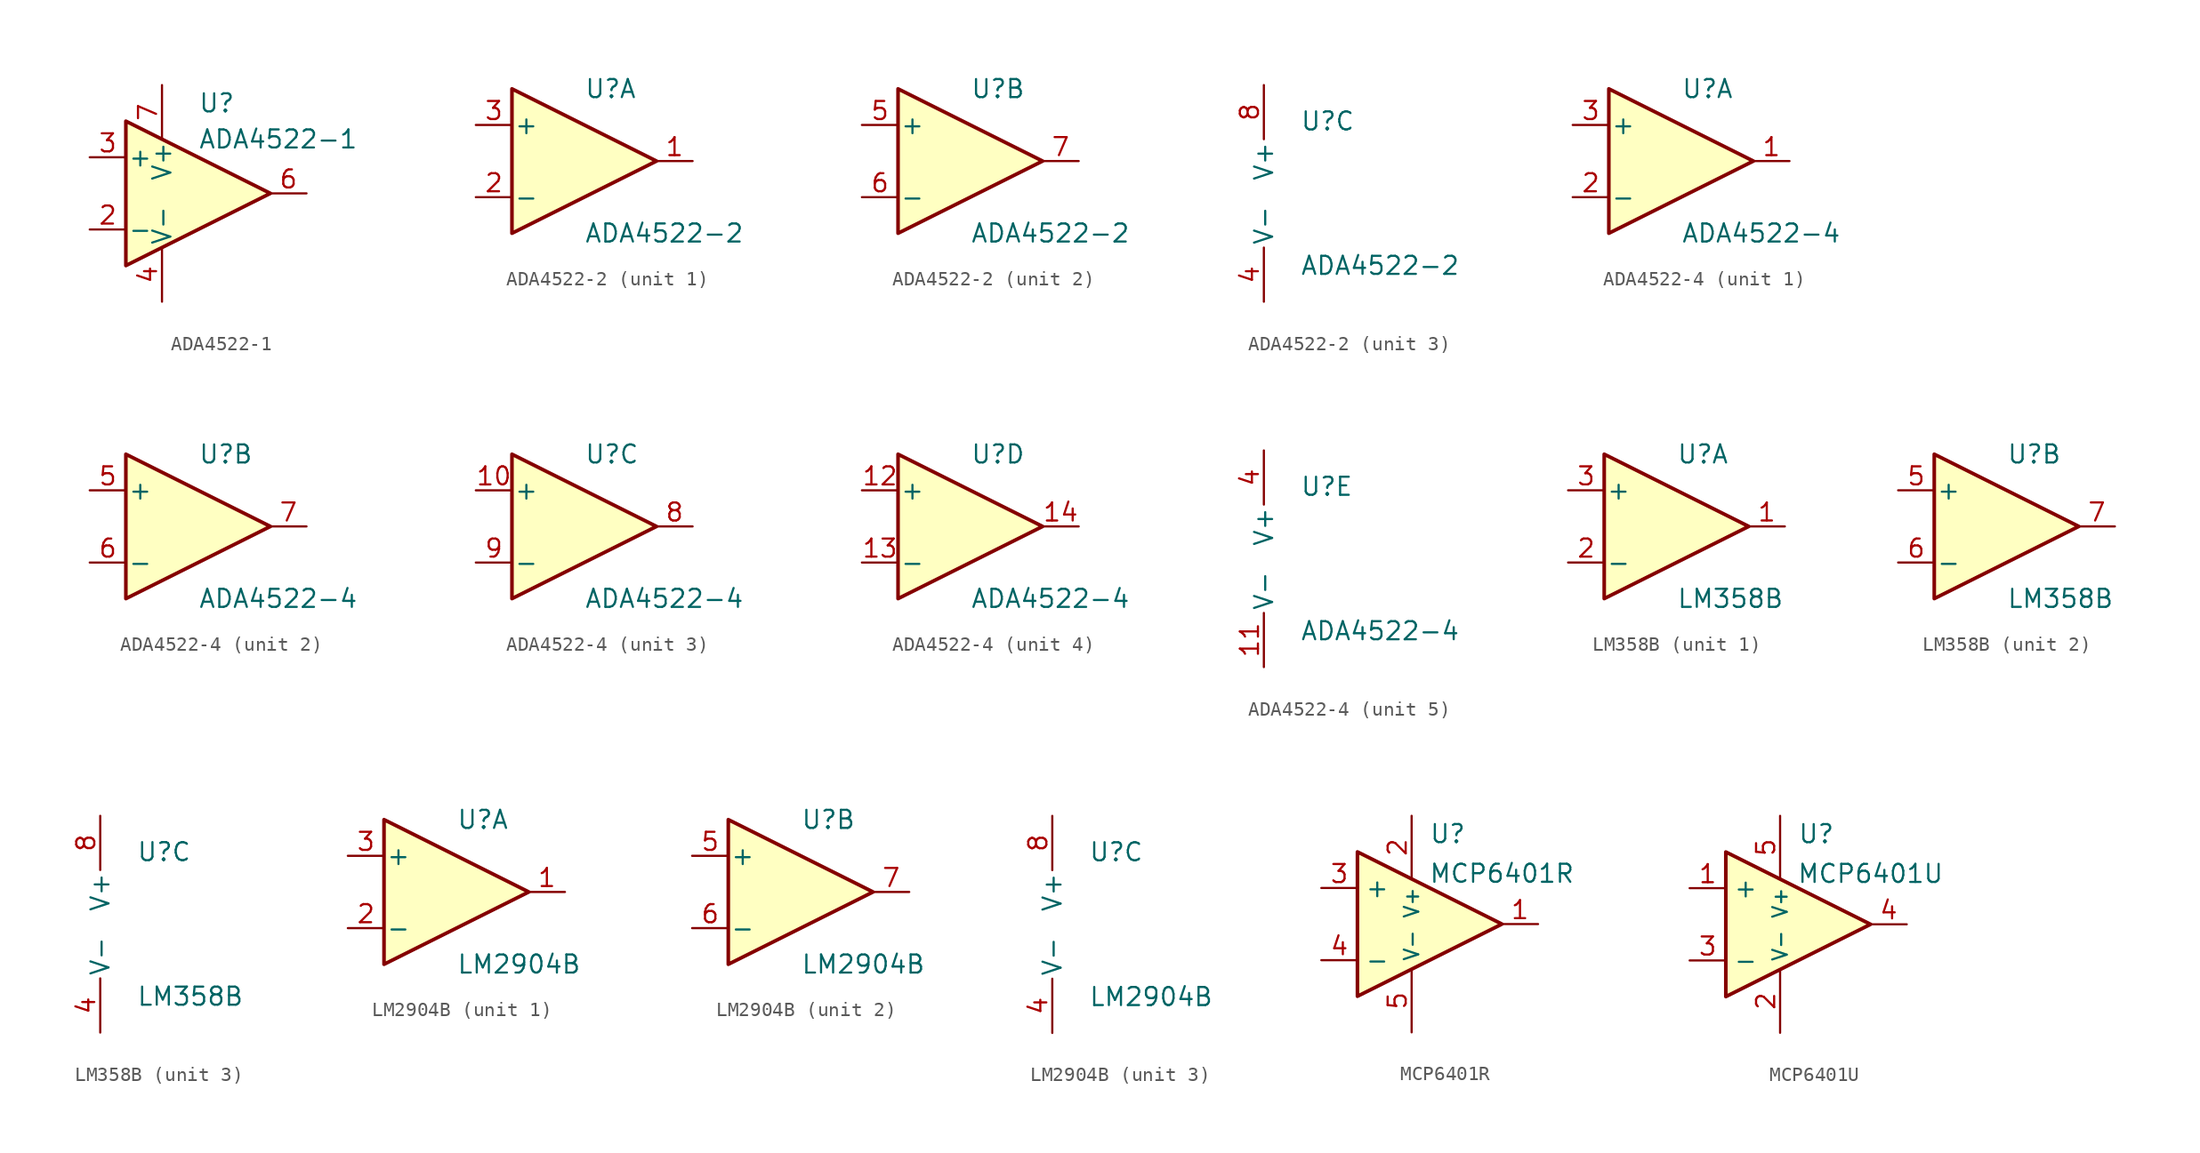
<source format=kicad_sym>
(kicad_symbol_lib
  (version 20241209)
  (generator "kicad_symbol_editor")
  (generator_version "9.0")
  (symbol "ADA4522-1"
    (pin_names
      (offset 0.127))
    (property "Reference" "U"
      (at 0 6.35 0)
      (effects (font (size 1.27 1.27)) (justify left)))
    (property "Value" "ADA4522-1"
      (at 0 3.81 0)
      (effects (font (size 1.27 1.27)) (justify left)))
    (symbol "ADA4522-1_0_1"
      (polyline (pts (xy -5.08 5.08) (xy 5.08 0) (xy -5.08 -5.08) (xy -5.08 5.08)) (stroke (width 0.254) (type default)) (fill (type background))))
    (symbol "ADA4522-1_1_1"
      (pin input line (at -7.62 2.54 0) (length 2.54) (name "+" (effects (font (size 1.27 1.27)))) (number "3" (effects (font (size 1.27 1.27)))))
      (pin input line (at -7.62 -2.54 0) (length 2.54) (name "-" (effects (font (size 1.27 1.27)))) (number "2" (effects (font (size 1.27 1.27)))))
      (pin power_in line (at -2.54 7.62 270) (length 3.81) (name "V+" (effects (font (size 1.27 1.27)))) (number "7" (effects (font (size 1.27 1.27)))))
      (pin no_connect line (at -2.54 2.54 270) (length 2.54) (hide yes) (name "NC" (effects (font (size 1.27 1.27)))) (number "1" (effects (font (size 1.27 1.27)))))
      (pin power_in line (at -2.54 -7.62 90) (length 3.81) (name "V-" (effects (font (size 1.27 1.27)))) (number "4" (effects (font (size 1.27 1.27)))))
      (pin no_connect line (at 0 2.54 270) (length 2.54) (hide yes) (name "NC" (effects (font (size 1.27 1.27)))) (number "5" (effects (font (size 1.27 1.27)))))
      (pin no_connect line (at 0 -2.54 90) (length 2.54) (hide yes) (name "NC" (effects (font (size 1.27 1.27)))) (number "8" (effects (font (size 1.27 1.27)))))
      (pin output line (at 7.62 0 180) (length 2.54) (name "~" (effects (font (size 1.27 1.27)))) (number "6" (effects (font (size 1.27 1.27)))))))
  (symbol "ADA4522-2"
    (pin_names
      (offset 0.127))
    (property "Reference" "U"
      (at 0 5.08 0)
      (effects (font (size 1.27 1.27)) (justify left)))
    (property "Value" "ADA4522-2"
      (at 0 -5.08 0)
      (effects (font (size 1.27 1.27)) (justify left)))
    (property "ki_locked" ""
      (at 0 0 0)
      (effects (font (size 1.27 1.27))))
    (symbol "ADA4522-2_1_1"
      (polyline (pts (xy -5.08 5.08) (xy 5.08 0) (xy -5.08 -5.08) (xy -5.08 5.08)) (stroke (width 0.254) (type default)) (fill (type background)))
      (pin input line (at -7.62 2.54 0) (length 2.54) (name "+" (effects (font (size 1.27 1.27)))) (number "3" (effects (font (size 1.27 1.27)))))
      (pin input line (at -7.62 -2.54 0) (length 2.54) (name "-" (effects (font (size 1.27 1.27)))) (number "2" (effects (font (size 1.27 1.27)))))
      (pin output line (at 7.62 0 180) (length 2.54) (name "~" (effects (font (size 1.27 1.27)))) (number "1" (effects (font (size 1.27 1.27))))))
    (symbol "ADA4522-2_2_1"
      (polyline (pts (xy -5.08 5.08) (xy 5.08 0) (xy -5.08 -5.08) (xy -5.08 5.08)) (stroke (width 0.254) (type default)) (fill (type background)))
      (pin input line (at -7.62 2.54 0) (length 2.54) (name "+" (effects (font (size 1.27 1.27)))) (number "5" (effects (font (size 1.27 1.27)))))
      (pin input line (at -7.62 -2.54 0) (length 2.54) (name "-" (effects (font (size 1.27 1.27)))) (number "6" (effects (font (size 1.27 1.27)))))
      (pin output line (at 7.62 0 180) (length 2.54) (name "~" (effects (font (size 1.27 1.27)))) (number "7" (effects (font (size 1.27 1.27))))))
    (symbol "ADA4522-2_3_1"
      (pin power_in line (at -2.54 7.62 270) (length 3.81) (name "V+" (effects (font (size 1.27 1.27)))) (number "8" (effects (font (size 1.27 1.27)))))
      (pin power_in line (at -2.54 -7.62 90) (length 3.81) (name "V-" (effects (font (size 1.27 1.27)))) (number "4" (effects (font (size 1.27 1.27)))))))
  (symbol "ADA4522-4"
    (pin_names
      (offset 0.127))
    (property "Reference" "U"
      (at 0 5.08 0)
      (effects (font (size 1.27 1.27)) (justify left)))
    (property "Value" "ADA4522-4"
      (at 0 -5.08 0)
      (effects (font (size 1.27 1.27)) (justify left)))
    (property "ki_locked" ""
      (at 0 0 0)
      (effects (font (size 1.27 1.27))))
    (symbol "ADA4522-4_1_1"
      (polyline (pts (xy -5.08 5.08) (xy 5.08 0) (xy -5.08 -5.08) (xy -5.08 5.08)) (stroke (width 0.254) (type default)) (fill (type background)))
      (pin input line (at -7.62 2.54 0) (length 2.54) (name "+" (effects (font (size 1.27 1.27)))) (number "3" (effects (font (size 1.27 1.27)))))
      (pin input line (at -7.62 -2.54 0) (length 2.54) (name "-" (effects (font (size 1.27 1.27)))) (number "2" (effects (font (size 1.27 1.27)))))
      (pin output line (at 7.62 0 180) (length 2.54) (name "~" (effects (font (size 1.27 1.27)))) (number "1" (effects (font (size 1.27 1.27))))))
    (symbol "ADA4522-4_2_1"
      (polyline (pts (xy -5.08 5.08) (xy 5.08 0) (xy -5.08 -5.08) (xy -5.08 5.08)) (stroke (width 0.254) (type default)) (fill (type background)))
      (pin input line (at -7.62 2.54 0) (length 2.54) (name "+" (effects (font (size 1.27 1.27)))) (number "5" (effects (font (size 1.27 1.27)))))
      (pin input line (at -7.62 -2.54 0) (length 2.54) (name "-" (effects (font (size 1.27 1.27)))) (number "6" (effects (font (size 1.27 1.27)))))
      (pin output line (at 7.62 0 180) (length 2.54) (name "~" (effects (font (size 1.27 1.27)))) (number "7" (effects (font (size 1.27 1.27))))))
    (symbol "ADA4522-4_3_1"
      (polyline (pts (xy -5.08 5.08) (xy 5.08 0) (xy -5.08 -5.08) (xy -5.08 5.08)) (stroke (width 0.254) (type default)) (fill (type background)))
      (pin input line (at -7.62 2.54 0) (length 2.54) (name "+" (effects (font (size 1.27 1.27)))) (number "10" (effects (font (size 1.27 1.27)))))
      (pin input line (at -7.62 -2.54 0) (length 2.54) (name "-" (effects (font (size 1.27 1.27)))) (number "9" (effects (font (size 1.27 1.27)))))
      (pin output line (at 7.62 0 180) (length 2.54) (name "~" (effects (font (size 1.27 1.27)))) (number "8" (effects (font (size 1.27 1.27))))))
    (symbol "ADA4522-4_4_1"
      (polyline (pts (xy -5.08 5.08) (xy 5.08 0) (xy -5.08 -5.08) (xy -5.08 5.08)) (stroke (width 0.254) (type default)) (fill (type background)))
      (pin input line (at -7.62 2.54 0) (length 2.54) (name "+" (effects (font (size 1.27 1.27)))) (number "12" (effects (font (size 1.27 1.27)))))
      (pin input line (at -7.62 -2.54 0) (length 2.54) (name "-" (effects (font (size 1.27 1.27)))) (number "13" (effects (font (size 1.27 1.27)))))
      (pin output line (at 7.62 0 180) (length 2.54) (name "~" (effects (font (size 1.27 1.27)))) (number "14" (effects (font (size 1.27 1.27))))))
    (symbol "ADA4522-4_5_1"
      (pin power_in line (at -2.54 7.62 270) (length 3.81) (name "V+" (effects (font (size 1.27 1.27)))) (number "4" (effects (font (size 1.27 1.27)))))
      (pin power_in line (at -2.54 -7.62 90) (length 3.81) (name "V-" (effects (font (size 1.27 1.27)))) (number "11" (effects (font (size 1.27 1.27)))))))
  (symbol "LM358B"
    (pin_names
      (offset 0.127))
    (property "Reference" "U"
      (at 0 5.08 0)
      (effects (font (size 1.27 1.27)) (justify left)))
    (property "Value" "LM358B"
      (at 0 -5.08 0)
      (effects (font (size 1.27 1.27)) (justify left)))
    (property "ki_locked" ""
      (at 0 0 0)
      (effects (font (size 1.27 1.27))))
    (symbol "LM358B_1_1"
      (polyline (pts (xy -5.08 5.08) (xy 5.08 0) (xy -5.08 -5.08) (xy -5.08 5.08)) (stroke (width 0.254) (type default)) (fill (type background)))
      (pin input line (at -7.62 2.54 0) (length 2.54) (name "+" (effects (font (size 1.27 1.27)))) (number "3" (effects (font (size 1.27 1.27)))))
      (pin input line (at -7.62 -2.54 0) (length 2.54) (name "-" (effects (font (size 1.27 1.27)))) (number "2" (effects (font (size 1.27 1.27)))))
      (pin output line (at 7.62 0 180) (length 2.54) (name "~" (effects (font (size 1.27 1.27)))) (number "1" (effects (font (size 1.27 1.27))))))
    (symbol "LM358B_2_1"
      (polyline (pts (xy -5.08 5.08) (xy 5.08 0) (xy -5.08 -5.08) (xy -5.08 5.08)) (stroke (width 0.254) (type default)) (fill (type background)))
      (pin input line (at -7.62 2.54 0) (length 2.54) (name "+" (effects (font (size 1.27 1.27)))) (number "5" (effects (font (size 1.27 1.27)))))
      (pin input line (at -7.62 -2.54 0) (length 2.54) (name "-" (effects (font (size 1.27 1.27)))) (number "6" (effects (font (size 1.27 1.27)))))
      (pin output line (at 7.62 0 180) (length 2.54) (name "~" (effects (font (size 1.27 1.27)))) (number "7" (effects (font (size 1.27 1.27))))))
    (symbol "LM358B_3_1"
      (pin power_in line (at -2.54 7.62 270) (length 3.81) (name "V+" (effects (font (size 1.27 1.27)))) (number "8" (effects (font (size 1.27 1.27)))))
      (pin power_in line (at -2.54 -7.62 90) (length 3.81) (name "V-" (effects (font (size 1.27 1.27)))) (number "4" (effects (font (size 1.27 1.27)))))))
  (symbol "LM2904B"
    (pin_names
      (offset 0.127))
    (property "Reference" "U"
      (at 0 5.08 0)
      (effects (font (size 1.27 1.27)) (justify left)))
    (property "Value" "LM2904B"
      (at 0 -5.08 0)
      (effects (font (size 1.27 1.27)) (justify left)))
    (property "ki_locked" ""
      (at 0 0 0)
      (effects (font (size 1.27 1.27))))
    (symbol "LM2904B_1_1"
      (polyline (pts (xy -5.08 5.08) (xy 5.08 0) (xy -5.08 -5.08) (xy -5.08 5.08)) (stroke (width 0.254) (type default)) (fill (type background)))
      (pin input line (at -7.62 2.54 0) (length 2.54) (name "+" (effects (font (size 1.27 1.27)))) (number "3" (effects (font (size 1.27 1.27)))))
      (pin input line (at -7.62 -2.54 0) (length 2.54) (name "-" (effects (font (size 1.27 1.27)))) (number "2" (effects (font (size 1.27 1.27)))))
      (pin output line (at 7.62 0 180) (length 2.54) (name "~" (effects (font (size 1.27 1.27)))) (number "1" (effects (font (size 1.27 1.27))))))
    (symbol "LM2904B_2_1"
      (polyline (pts (xy -5.08 5.08) (xy 5.08 0) (xy -5.08 -5.08) (xy -5.08 5.08)) (stroke (width 0.254) (type default)) (fill (type background)))
      (pin input line (at -7.62 2.54 0) (length 2.54) (name "+" (effects (font (size 1.27 1.27)))) (number "5" (effects (font (size 1.27 1.27)))))
      (pin input line (at -7.62 -2.54 0) (length 2.54) (name "-" (effects (font (size 1.27 1.27)))) (number "6" (effects (font (size 1.27 1.27)))))
      (pin output line (at 7.62 0 180) (length 2.54) (name "~" (effects (font (size 1.27 1.27)))) (number "7" (effects (font (size 1.27 1.27))))))
    (symbol "LM2904B_3_1"
      (pin power_in line (at -2.54 7.62 270) (length 3.81) (name "V+" (effects (font (size 1.27 1.27)))) (number "8" (effects (font (size 1.27 1.27)))))
      (pin power_in line (at -2.54 -7.62 90) (length 3.81) (name "V-" (effects (font (size 1.27 1.27)))) (number "4" (effects (font (size 1.27 1.27)))))))
  (symbol "MCP6401R"
    (property "Reference" "U"
      (at 2.54 6.35 0)
      (effects (font (size 1.27 1.27))))
    (property "Value" "MCP6401R"
      (at 6.35 3.556 0)
      (effects (font (size 1.27 1.27))))
    (symbol "MCP6401R_0_1"
      (polyline (pts (xy -3.81 5.08) (xy 6.35 0) (xy -3.81 -5.08) (xy -3.81 5.08)) (stroke (width 0.254) (type default)) (fill (type background))))
    (symbol "MCP6401R_1_1"
      (pin input line (at -6.35 2.54 0) (length 2.54) (name "+" (effects (font (size 1.27 1.27)))) (number "3" (effects (font (size 1.27 1.27)))))
      (pin input line (at -6.35 -2.54 0) (length 2.54) (name "-" (effects (font (size 1.27 1.27)))) (number "4" (effects (font (size 1.27 1.27)))))
      (pin power_in line (at 0 7.62 270) (length 4.445) (name "V+" (effects (font (size 1.016 1.016)))) (number "2" (effects (font (size 1.27 1.27)))))
      (pin power_in line (at 0 -7.62 90) (length 4.445) (name "V-" (effects (font (size 1.016 1.016)))) (number "5" (effects (font (size 1.27 1.27)))))
      (pin output line (at 8.89 0 180) (length 2.54) (name "~" (effects (font (size 1.27 1.27)))) (number "1" (effects (font (size 1.27 1.27)))))))
  (symbol "MCP6401U"
    (property "Reference" "U"
      (at 2.54 6.35 0)
      (effects (font (size 1.27 1.27))))
    (property "Value" "MCP6401U"
      (at 6.35 3.556 0)
      (effects (font (size 1.27 1.27))))
    (symbol "MCP6401U_0_1"
      (polyline (pts (xy -3.81 5.08) (xy 6.35 0) (xy -3.81 -5.08) (xy -3.81 5.08)) (stroke (width 0.254) (type default)) (fill (type background))))
    (symbol "MCP6401U_1_1"
      (pin input line (at -6.35 2.54 0) (length 2.54) (name "+" (effects (font (size 1.27 1.27)))) (number "1" (effects (font (size 1.27 1.27)))))
      (pin input line (at -6.35 -2.54 0) (length 2.54) (name "-" (effects (font (size 1.27 1.27)))) (number "3" (effects (font (size 1.27 1.27)))))
      (pin power_in line (at 0 7.62 270) (length 4.445) (name "V+" (effects (font (size 1.016 1.016)))) (number "5" (effects (font (size 1.27 1.27)))))
      (pin power_in line (at 0 -7.62 90) (length 4.445) (name "V-" (effects (font (size 1.016 1.016)))) (number "2" (effects (font (size 1.27 1.27)))))
      (pin output line (at 8.89 0 180) (length 2.54) (name "~" (effects (font (size 1.27 1.27)))) (number "4" (effects (font (size 1.27 1.27))))))))
</source>
